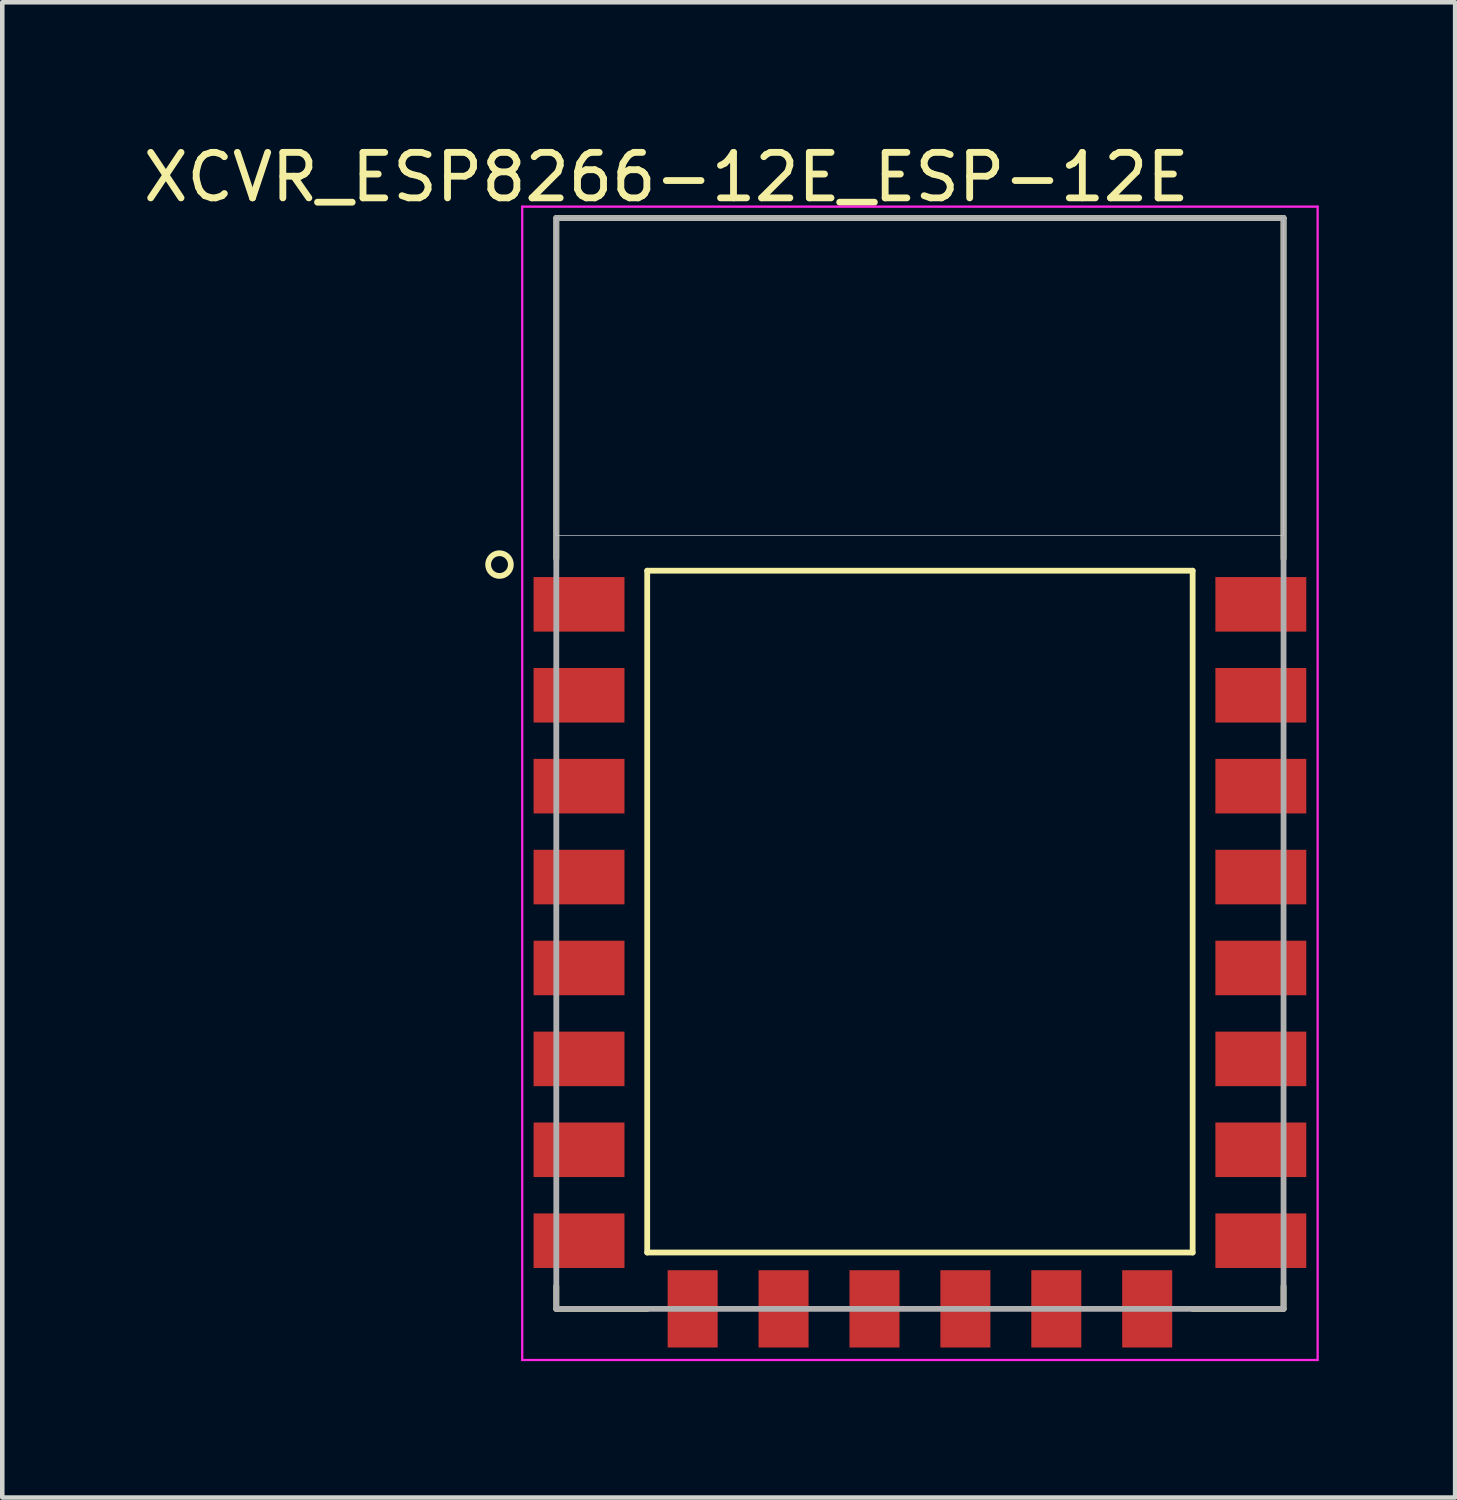
<source format=kicad_pcb>
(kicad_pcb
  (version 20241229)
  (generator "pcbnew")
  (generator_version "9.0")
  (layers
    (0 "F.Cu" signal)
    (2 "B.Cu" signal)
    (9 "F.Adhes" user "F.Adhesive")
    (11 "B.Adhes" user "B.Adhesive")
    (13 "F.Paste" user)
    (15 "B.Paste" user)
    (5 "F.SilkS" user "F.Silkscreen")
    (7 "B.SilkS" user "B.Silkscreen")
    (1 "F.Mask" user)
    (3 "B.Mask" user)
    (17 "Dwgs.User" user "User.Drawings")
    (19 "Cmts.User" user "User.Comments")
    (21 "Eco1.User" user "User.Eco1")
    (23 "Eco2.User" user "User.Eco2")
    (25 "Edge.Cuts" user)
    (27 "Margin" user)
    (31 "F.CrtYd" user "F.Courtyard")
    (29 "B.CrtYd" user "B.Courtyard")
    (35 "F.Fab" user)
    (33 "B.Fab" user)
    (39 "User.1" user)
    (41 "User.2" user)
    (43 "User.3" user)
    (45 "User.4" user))
  (footprint "XCVR_ESP8266-12E_ESP-12E"
    (layer "F.Cu")
    (at 17.189 17.246)
    (property "Reference" "XCVR_ESP8266-12E_ESP-12E" (at -5.579 -16.398 0) (layer "F.SilkS") (effects (font (size 1.001 1.001) (thickness 0.15))))
    (attr through_hole)
    (fp_line (start -8 -15.5) (end 8 -15.5) (stroke (width 0.127) (type solid)) (layer "F.SilkS"))
    (fp_line (start -8 -8) (end -8 -15.5) (stroke (width 0.127) (type solid)) (layer "F.SilkS"))
    (fp_line (start -8 8) (end -8 8.5) (stroke (width 0.127) (type solid)) (layer "F.SilkS"))
    (fp_line (start -8 8.5) (end -6 8.5) (stroke (width 0.127) (type solid)) (layer "F.SilkS"))
    (fp_line (start -6 -7.74) (end 6 -7.74) (stroke (width 0.127) (type solid)) (layer "F.SilkS"))
    (fp_line (start -6 7.26) (end -6 -7.74) (stroke (width 0.127) (type solid)) (layer "F.SilkS"))
    (fp_line (start 6 -7.74) (end 6 7.26) (stroke (width 0.127) (type solid)) (layer "F.SilkS"))
    (fp_line (start 6 7.26) (end -6 7.26) (stroke (width 0.127) (type solid)) (layer "F.SilkS"))
    (fp_line (start 8 -15.5) (end 8 -8) (stroke (width 0.127) (type solid)) (layer "F.SilkS"))
    (fp_line (start 8 8) (end 8 8.5) (stroke (width 0.127) (type solid)) (layer "F.SilkS"))
    (fp_line (start 8 8.5) (end 6 8.5) (stroke (width 0.127) (type solid)) (layer "F.SilkS"))
    (fp_circle (center -9.25 -7.875) (end -9 -7.875) (stroke (width 0.127) (type solid)) (fill no) (layer "F.SilkS"))
    (fp_poly (pts (xy -8.009 -15.5) (xy 8 -15.5) (xy 8 -8.51) (xy -8.009 -8.51)) (stroke (width 0.01) (type solid)) (fill no) (layer "Dwgs.User"))
    (fp_poly (pts (xy -8.009 -15.5) (xy 8 -15.5) (xy 8 -8.51) (xy -8.009 -8.51)) (stroke (width 0.01) (type solid)) (fill no) (layer "Dwgs.User"))
    (fp_line (start -8.75 -15.75) (end -8.75 9.625) (stroke (width 0.05) (type solid)) (layer "F.CrtYd"))
    (fp_line (start -8.75 9.625) (end 8.75 9.625) (stroke (width 0.05) (type solid)) (layer "F.CrtYd"))
    (fp_line (start 8.75 -15.75) (end -8.75 -15.75) (stroke (width 0.05) (type solid)) (layer "F.CrtYd"))
    (fp_line (start 8.75 9.625) (end 8.75 -15.75) (stroke (width 0.05) (type solid)) (layer "F.CrtYd"))
    (fp_line (start -8 -15.5) (end 8 -15.5) (stroke (width 0.127) (type solid)) (layer "F.Fab"))
    (fp_line (start -8 8.5) (end -8 -15.5) (stroke (width 0.127) (type solid)) (layer "F.Fab"))
    (fp_line (start 8 -15.5) (end 8 8.5) (stroke (width 0.127) (type solid)) (layer "F.Fab"))
    (fp_line (start 8 8.5) (end -8 8.5) (stroke (width 0.127) (type solid)) (layer "F.Fab"))
    (pad "1" smd rect (at -7.5 -7) (size 2 1.2) (layers "F.Cu" "F.Mask" "F.Paste"))
    (pad "2" smd rect (at -7.5 -5) (size 2 1.2) (layers "F.Cu" "F.Mask" "F.Paste"))
    (pad "3" smd rect (at -7.5 -3) (size 2 1.2) (layers "F.Cu" "F.Mask" "F.Paste"))
    (pad "4" smd rect (at -7.5 -1) (size 2 1.2) (layers "F.Cu" "F.Mask" "F.Paste"))
    (pad "5" smd rect (at -7.5 1) (size 2 1.2) (layers "F.Cu" "F.Mask" "F.Paste"))
    (pad "6" smd rect (at -7.5 3) (size 2 1.2) (layers "F.Cu" "F.Mask" "F.Paste"))
    (pad "7" smd rect (at -7.5 5) (size 2 1.2) (layers "F.Cu" "F.Mask" "F.Paste"))
    (pad "8" smd rect (at -7.5 7) (size 2 1.2) (layers "F.Cu" "F.Mask" "F.Paste"))
    (pad "9" smd rect (at -5 8.5) (size 1.1 1.7) (layers "F.Cu" "F.Mask" "F.Paste"))
    (pad "10" smd rect (at -3 8.5) (size 1.1 1.7) (layers "F.Cu" "F.Mask" "F.Paste"))
    (pad "11" smd rect (at -1 8.5) (size 1.1 1.7) (layers "F.Cu" "F.Mask" "F.Paste"))
    (pad "12" smd rect (at 1 8.5) (size 1.1 1.7) (layers "F.Cu" "F.Mask" "F.Paste"))
    (pad "13" smd rect (at 3 8.5) (size 1.1 1.7) (layers "F.Cu" "F.Mask" "F.Paste"))
    (pad "14" smd rect (at 5 8.5) (size 1.1 1.7) (layers "F.Cu" "F.Mask" "F.Paste"))
    (pad "15" smd rect (at 7.5 7) (size 2 1.2) (layers "F.Cu" "F.Mask" "F.Paste"))
    (pad "16" smd rect (at 7.5 5) (size 2 1.2) (layers "F.Cu" "F.Mask" "F.Paste"))
    (pad "17" smd rect (at 7.5 3) (size 2 1.2) (layers "F.Cu" "F.Mask" "F.Paste"))
    (pad "18" smd rect (at 7.5 1) (size 2 1.2) (layers "F.Cu" "F.Mask" "F.Paste"))
    (pad "19" smd rect (at 7.5 -1) (size 2 1.2) (layers "F.Cu" "F.Mask" "F.Paste"))
    (pad "20" smd rect (at 7.5 -3) (size 2 1.2) (layers "F.Cu" "F.Mask" "F.Paste"))
    (pad "21" smd rect (at 7.5 -5) (size 2 1.2) (layers "F.Cu" "F.Mask" "F.Paste"))
    (pad "22" smd rect (at 7.5 -7) (size 2 1.2) (layers "F.Cu" "F.Mask" "F.Paste")))
  (gr_rect
    (start -3 -3)
    (end 28.964 29.896)
    (stroke (width 0.1) (type default))
    (fill no)
    (layer "Edge.Cuts")))
</source>
